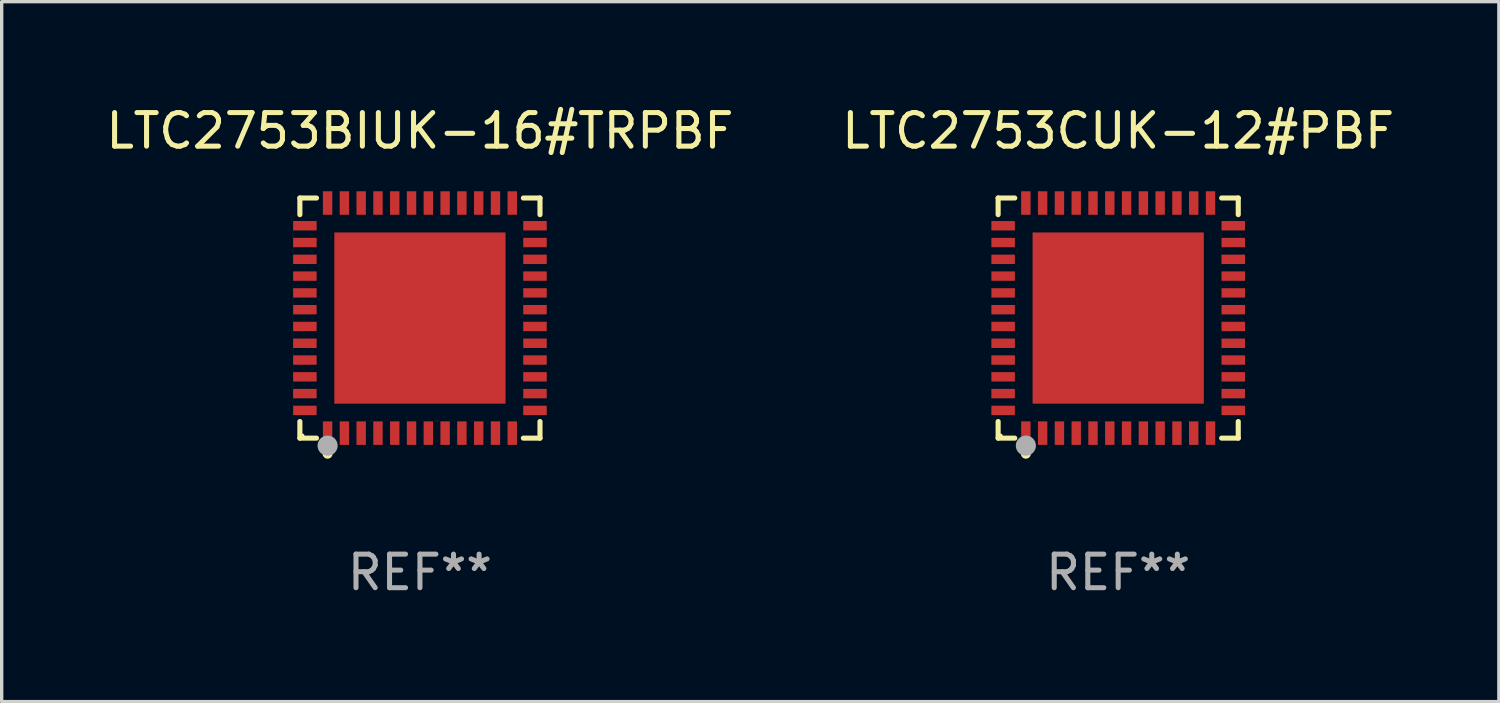
<source format=kicad_pcb>
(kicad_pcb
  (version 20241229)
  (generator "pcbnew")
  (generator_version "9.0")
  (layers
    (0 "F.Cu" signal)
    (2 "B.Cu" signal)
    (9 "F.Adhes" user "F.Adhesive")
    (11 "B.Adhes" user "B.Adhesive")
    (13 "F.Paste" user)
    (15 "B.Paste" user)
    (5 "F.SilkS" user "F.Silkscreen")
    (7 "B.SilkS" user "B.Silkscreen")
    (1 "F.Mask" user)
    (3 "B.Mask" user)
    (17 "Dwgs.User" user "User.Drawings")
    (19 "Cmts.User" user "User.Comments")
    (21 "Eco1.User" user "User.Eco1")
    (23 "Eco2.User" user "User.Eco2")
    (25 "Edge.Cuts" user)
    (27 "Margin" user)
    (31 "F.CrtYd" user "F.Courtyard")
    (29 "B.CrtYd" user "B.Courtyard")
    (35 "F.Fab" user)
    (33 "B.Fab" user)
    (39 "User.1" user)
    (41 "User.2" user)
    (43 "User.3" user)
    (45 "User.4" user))
  (footprint "LTC2753BIUK-16#TRPBF"
    (layer "F.Cu")
    (at 9.458 6.424)
    (property "Reference" "LTC2753BIUK-16#TRPBF" (at 0 -5.576 0) (layer "F.SilkS") (effects (font (size 1 1) (thickness 0.15))))
    (attr through_hole)
    (fp_line (start -3.576 -3.576) (end -3.081 -3.576) (stroke (width 0.152) (type solid)) (layer "F.SilkS"))
    (fp_line (start -3.576 -3.081) (end -3.576 -3.576) (stroke (width 0.152) (type solid)) (layer "F.SilkS"))
    (fp_line (start -3.576 3.081) (end -3.576 3.576) (stroke (width 0.152) (type solid)) (layer "F.SilkS"))
    (fp_line (start -3.576 3.576) (end -3.081 3.576) (stroke (width 0.152) (type solid)) (layer "F.SilkS"))
    (fp_line (start 3.576 -3.576) (end 3.081 -3.576) (stroke (width 0.152) (type solid)) (layer "F.SilkS"))
    (fp_line (start 3.576 -3.081) (end 3.576 -3.576) (stroke (width 0.152) (type solid)) (layer "F.SilkS"))
    (fp_line (start 3.576 3.081) (end 3.576 3.576) (stroke (width 0.152) (type solid)) (layer "F.SilkS"))
    (fp_line (start 3.576 3.576) (end 3.081 3.576) (stroke (width 0.152) (type solid)) (layer "F.SilkS"))
    (fp_circle (center -3.5 3.5) (end -3.47 3.5) (stroke (width 0.06) (type solid)) (fill no) (layer "F.SilkS"))
    (fp_circle (center -2.75 4.04) (end -2.675 4.04) (stroke (width 0.15) (type solid)) (fill no) (layer "F.SilkS"))
    (fp_circle (center -2.75 3.8) (end -2.6 3.8) (stroke (width 0.3) (type solid)) (fill no) (layer "F.Fab"))
    (fp_text user "REF**" (at 0 7.576 0) (layer "F.Fab") (effects (font (size 1 1) (thickness 0.15))))
    (pad "1" smd rect (at -2.75 3.427) (size 0.28 0.7) (layers "F.Cu" "F.Mask" "F.Paste"))
    (pad "2" smd rect (at -2.25 3.427) (size 0.28 0.7) (layers "F.Cu" "F.Mask" "F.Paste"))
    (pad "3" smd rect (at -1.75 3.427) (size 0.28 0.7) (layers "F.Cu" "F.Mask" "F.Paste"))
    (pad "4" smd rect (at -1.25 3.427) (size 0.28 0.7) (layers "F.Cu" "F.Mask" "F.Paste"))
    (pad "5" smd rect (at -0.75 3.427) (size 0.28 0.7) (layers "F.Cu" "F.Mask" "F.Paste"))
    (pad "6" smd rect (at -0.25 3.427) (size 0.28 0.7) (layers "F.Cu" "F.Mask" "F.Paste"))
    (pad "7" smd rect (at 0.25 3.427) (size 0.28 0.7) (layers "F.Cu" "F.Mask" "F.Paste"))
    (pad "8" smd rect (at 0.75 3.427) (size 0.28 0.7) (layers "F.Cu" "F.Mask" "F.Paste"))
    (pad "9" smd rect (at 1.25 3.427) (size 0.28 0.7) (layers "F.Cu" "F.Mask" "F.Paste"))
    (pad "10" smd rect (at 1.75 3.427) (size 0.28 0.7) (layers "F.Cu" "F.Mask" "F.Paste"))
    (pad "11" smd rect (at 2.25 3.427) (size 0.28 0.7) (layers "F.Cu" "F.Mask" "F.Paste"))
    (pad "12" smd rect (at 2.75 3.427) (size 0.28 0.7) (layers "F.Cu" "F.Mask" "F.Paste"))
    (pad "13" smd rect (at 3.427 2.75) (size 0.7 0.28) (layers "F.Cu" "F.Mask" "F.Paste"))
    (pad "14" smd rect (at 3.427 2.25) (size 0.7 0.28) (layers "F.Cu" "F.Mask" "F.Paste"))
    (pad "15" smd rect (at 3.427 1.75) (size 0.7 0.28) (layers "F.Cu" "F.Mask" "F.Paste"))
    (pad "16" smd rect (at 3.427 1.25) (size 0.7 0.28) (layers "F.Cu" "F.Mask" "F.Paste"))
    (pad "17" smd rect (at 3.427 0.75) (size 0.7 0.28) (layers "F.Cu" "F.Mask" "F.Paste"))
    (pad "18" smd rect (at 3.427 0.25) (size 0.7 0.28) (layers "F.Cu" "F.Mask" "F.Paste"))
    (pad "19" smd rect (at 3.427 -0.25) (size 0.7 0.28) (layers "F.Cu" "F.Mask" "F.Paste"))
    (pad "20" smd rect (at 3.427 -0.75) (size 0.7 0.28) (layers "F.Cu" "F.Mask" "F.Paste"))
    (pad "21" smd rect (at 3.427 -1.25) (size 0.7 0.28) (layers "F.Cu" "F.Mask" "F.Paste"))
    (pad "22" smd rect (at 3.427 -1.75) (size 0.7 0.28) (layers "F.Cu" "F.Mask" "F.Paste"))
    (pad "23" smd rect (at 3.427 -2.25) (size 0.7 0.28) (layers "F.Cu" "F.Mask" "F.Paste"))
    (pad "24" smd rect (at 3.427 -2.75) (size 0.7 0.28) (layers "F.Cu" "F.Mask" "F.Paste"))
    (pad "25" smd rect (at 2.75 -3.427) (size 0.28 0.7) (layers "F.Cu" "F.Mask" "F.Paste"))
    (pad "26" smd rect (at 2.25 -3.427) (size 0.28 0.7) (layers "F.Cu" "F.Mask" "F.Paste"))
    (pad "27" smd rect (at 1.75 -3.427) (size 0.28 0.7) (layers "F.Cu" "F.Mask" "F.Paste"))
    (pad "28" smd rect (at 1.25 -3.427) (size 0.28 0.7) (layers "F.Cu" "F.Mask" "F.Paste"))
    (pad "29" smd rect (at 0.75 -3.427) (size 0.28 0.7) (layers "F.Cu" "F.Mask" "F.Paste"))
    (pad "30" smd rect (at 0.25 -3.427) (size 0.28 0.7) (layers "F.Cu" "F.Mask" "F.Paste"))
    (pad "31" smd rect (at -0.25 -3.427) (size 0.28 0.7) (layers "F.Cu" "F.Mask" "F.Paste"))
    (pad "32" smd rect (at -0.75 -3.427) (size 0.28 0.7) (layers "F.Cu" "F.Mask" "F.Paste"))
    (pad "33" smd rect (at -1.25 -3.427) (size 0.28 0.7) (layers "F.Cu" "F.Mask" "F.Paste"))
    (pad "34" smd rect (at -1.75 -3.427) (size 0.28 0.7) (layers "F.Cu" "F.Mask" "F.Paste"))
    (pad "35" smd rect (at -2.25 -3.427) (size 0.28 0.7) (layers "F.Cu" "F.Mask" "F.Paste"))
    (pad "36" smd rect (at -2.75 -3.427) (size 0.28 0.7) (layers "F.Cu" "F.Mask" "F.Paste"))
    (pad "37" smd rect (at -3.427 -2.75) (size 0.7 0.28) (layers "F.Cu" "F.Mask" "F.Paste"))
    (pad "38" smd rect (at -3.427 -2.25) (size 0.7 0.28) (layers "F.Cu" "F.Mask" "F.Paste"))
    (pad "39" smd rect (at -3.427 -1.75) (size 0.7 0.28) (layers "F.Cu" "F.Mask" "F.Paste"))
    (pad "40" smd rect (at -3.427 -1.25) (size 0.7 0.28) (layers "F.Cu" "F.Mask" "F.Paste"))
    (pad "41" smd rect (at -3.427 -0.75) (size 0.7 0.28) (layers "F.Cu" "F.Mask" "F.Paste"))
    (pad "42" smd rect (at -3.427 -0.25) (size 0.7 0.28) (layers "F.Cu" "F.Mask" "F.Paste"))
    (pad "43" smd rect (at -3.427 0.25) (size 0.7 0.28) (layers "F.Cu" "F.Mask" "F.Paste"))
    (pad "44" smd rect (at -3.427 0.75) (size 0.7 0.28) (layers "F.Cu" "F.Mask" "F.Paste"))
    (pad "45" smd rect (at -3.427 1.25) (size 0.7 0.28) (layers "F.Cu" "F.Mask" "F.Paste"))
    (pad "46" smd rect (at -3.427 1.75) (size 0.7 0.28) (layers "F.Cu" "F.Mask" "F.Paste"))
    (pad "47" smd rect (at -3.427 2.25) (size 0.7 0.28) (layers "F.Cu" "F.Mask" "F.Paste"))
    (pad "48" smd rect (at -3.427 2.75) (size 0.7 0.28) (layers "F.Cu" "F.Mask" "F.Paste"))
    (pad "49" smd rect (at 0 0) (size 5.1 5.1) (layers "F.Cu" "F.Mask" "F.Paste")))
  (footprint "LTC2753CUK-12#PBF"
    (layer "F.Cu")
    (at 30.256 6.424)
    (property "Reference" "LTC2753CUK-12#PBF" (at 0 -5.576 0) (layer "F.SilkS") (effects (font (size 1 1) (thickness 0.15))))
    (attr through_hole)
    (fp_line (start -3.576 -3.576) (end -3.081 -3.576) (stroke (width 0.152) (type solid)) (layer "F.SilkS"))
    (fp_line (start -3.576 -3.081) (end -3.576 -3.576) (stroke (width 0.152) (type solid)) (layer "F.SilkS"))
    (fp_line (start -3.576 3.081) (end -3.576 3.576) (stroke (width 0.152) (type solid)) (layer "F.SilkS"))
    (fp_line (start -3.576 3.576) (end -3.081 3.576) (stroke (width 0.152) (type solid)) (layer "F.SilkS"))
    (fp_line (start 3.576 -3.576) (end 3.081 -3.576) (stroke (width 0.152) (type solid)) (layer "F.SilkS"))
    (fp_line (start 3.576 -3.081) (end 3.576 -3.576) (stroke (width 0.152) (type solid)) (layer "F.SilkS"))
    (fp_line (start 3.576 3.081) (end 3.576 3.576) (stroke (width 0.152) (type solid)) (layer "F.SilkS"))
    (fp_line (start 3.576 3.576) (end 3.081 3.576) (stroke (width 0.152) (type solid)) (layer "F.SilkS"))
    (fp_circle (center -3.5 3.5) (end -3.47 3.5) (stroke (width 0.06) (type solid)) (fill no) (layer "F.SilkS"))
    (fp_circle (center -2.75 4.04) (end -2.675 4.04) (stroke (width 0.15) (type solid)) (fill no) (layer "F.SilkS"))
    (fp_circle (center -2.75 3.8) (end -2.6 3.8) (stroke (width 0.3) (type solid)) (fill no) (layer "F.Fab"))
    (fp_text user "REF**" (at 0 7.576 0) (layer "F.Fab") (effects (font (size 1 1) (thickness 0.15))))
    (pad "1" smd rect (at -2.75 3.427) (size 0.28 0.7) (layers "F.Cu" "F.Mask" "F.Paste"))
    (pad "2" smd rect (at -2.25 3.427) (size 0.28 0.7) (layers "F.Cu" "F.Mask" "F.Paste"))
    (pad "3" smd rect (at -1.75 3.427) (size 0.28 0.7) (layers "F.Cu" "F.Mask" "F.Paste"))
    (pad "4" smd rect (at -1.25 3.427) (size 0.28 0.7) (layers "F.Cu" "F.Mask" "F.Paste"))
    (pad "5" smd rect (at -0.75 3.427) (size 0.28 0.7) (layers "F.Cu" "F.Mask" "F.Paste"))
    (pad "6" smd rect (at -0.25 3.427) (size 0.28 0.7) (layers "F.Cu" "F.Mask" "F.Paste"))
    (pad "7" smd rect (at 0.25 3.427) (size 0.28 0.7) (layers "F.Cu" "F.Mask" "F.Paste"))
    (pad "8" smd rect (at 0.75 3.427) (size 0.28 0.7) (layers "F.Cu" "F.Mask" "F.Paste"))
    (pad "9" smd rect (at 1.25 3.427) (size 0.28 0.7) (layers "F.Cu" "F.Mask" "F.Paste"))
    (pad "10" smd rect (at 1.75 3.427) (size 0.28 0.7) (layers "F.Cu" "F.Mask" "F.Paste"))
    (pad "11" smd rect (at 2.25 3.427) (size 0.28 0.7) (layers "F.Cu" "F.Mask" "F.Paste"))
    (pad "12" smd rect (at 2.75 3.427) (size 0.28 0.7) (layers "F.Cu" "F.Mask" "F.Paste"))
    (pad "13" smd rect (at 3.427 2.75) (size 0.7 0.28) (layers "F.Cu" "F.Mask" "F.Paste"))
    (pad "14" smd rect (at 3.427 2.25) (size 0.7 0.28) (layers "F.Cu" "F.Mask" "F.Paste"))
    (pad "15" smd rect (at 3.427 1.75) (size 0.7 0.28) (layers "F.Cu" "F.Mask" "F.Paste"))
    (pad "16" smd rect (at 3.427 1.25) (size 0.7 0.28) (layers "F.Cu" "F.Mask" "F.Paste"))
    (pad "17" smd rect (at 3.427 0.75) (size 0.7 0.28) (layers "F.Cu" "F.Mask" "F.Paste"))
    (pad "18" smd rect (at 3.427 0.25) (size 0.7 0.28) (layers "F.Cu" "F.Mask" "F.Paste"))
    (pad "19" smd rect (at 3.427 -0.25) (size 0.7 0.28) (layers "F.Cu" "F.Mask" "F.Paste"))
    (pad "20" smd rect (at 3.427 -0.75) (size 0.7 0.28) (layers "F.Cu" "F.Mask" "F.Paste"))
    (pad "21" smd rect (at 3.427 -1.25) (size 0.7 0.28) (layers "F.Cu" "F.Mask" "F.Paste"))
    (pad "22" smd rect (at 3.427 -1.75) (size 0.7 0.28) (layers "F.Cu" "F.Mask" "F.Paste"))
    (pad "23" smd rect (at 3.427 -2.25) (size 0.7 0.28) (layers "F.Cu" "F.Mask" "F.Paste"))
    (pad "24" smd rect (at 3.427 -2.75) (size 0.7 0.28) (layers "F.Cu" "F.Mask" "F.Paste"))
    (pad "25" smd rect (at 2.75 -3.427) (size 0.28 0.7) (layers "F.Cu" "F.Mask" "F.Paste"))
    (pad "26" smd rect (at 2.25 -3.427) (size 0.28 0.7) (layers "F.Cu" "F.Mask" "F.Paste"))
    (pad "27" smd rect (at 1.75 -3.427) (size 0.28 0.7) (layers "F.Cu" "F.Mask" "F.Paste"))
    (pad "28" smd rect (at 1.25 -3.427) (size 0.28 0.7) (layers "F.Cu" "F.Mask" "F.Paste"))
    (pad "29" smd rect (at 0.75 -3.427) (size 0.28 0.7) (layers "F.Cu" "F.Mask" "F.Paste"))
    (pad "30" smd rect (at 0.25 -3.427) (size 0.28 0.7) (layers "F.Cu" "F.Mask" "F.Paste"))
    (pad "31" smd rect (at -0.25 -3.427) (size 0.28 0.7) (layers "F.Cu" "F.Mask" "F.Paste"))
    (pad "32" smd rect (at -0.75 -3.427) (size 0.28 0.7) (layers "F.Cu" "F.Mask" "F.Paste"))
    (pad "33" smd rect (at -1.25 -3.427) (size 0.28 0.7) (layers "F.Cu" "F.Mask" "F.Paste"))
    (pad "34" smd rect (at -1.75 -3.427) (size 0.28 0.7) (layers "F.Cu" "F.Mask" "F.Paste"))
    (pad "35" smd rect (at -2.25 -3.427) (size 0.28 0.7) (layers "F.Cu" "F.Mask" "F.Paste"))
    (pad "36" smd rect (at -2.75 -3.427) (size 0.28 0.7) (layers "F.Cu" "F.Mask" "F.Paste"))
    (pad "37" smd rect (at -3.427 -2.75) (size 0.7 0.28) (layers "F.Cu" "F.Mask" "F.Paste"))
    (pad "38" smd rect (at -3.427 -2.25) (size 0.7 0.28) (layers "F.Cu" "F.Mask" "F.Paste"))
    (pad "39" smd rect (at -3.427 -1.75) (size 0.7 0.28) (layers "F.Cu" "F.Mask" "F.Paste"))
    (pad "40" smd rect (at -3.427 -1.25) (size 0.7 0.28) (layers "F.Cu" "F.Mask" "F.Paste"))
    (pad "41" smd rect (at -3.427 -0.75) (size 0.7 0.28) (layers "F.Cu" "F.Mask" "F.Paste"))
    (pad "42" smd rect (at -3.427 -0.25) (size 0.7 0.28) (layers "F.Cu" "F.Mask" "F.Paste"))
    (pad "43" smd rect (at -3.427 0.25) (size 0.7 0.28) (layers "F.Cu" "F.Mask" "F.Paste"))
    (pad "44" smd rect (at -3.427 0.75) (size 0.7 0.28) (layers "F.Cu" "F.Mask" "F.Paste"))
    (pad "45" smd rect (at -3.427 1.25) (size 0.7 0.28) (layers "F.Cu" "F.Mask" "F.Paste"))
    (pad "46" smd rect (at -3.427 1.75) (size 0.7 0.28) (layers "F.Cu" "F.Mask" "F.Paste"))
    (pad "47" smd rect (at -3.427 2.25) (size 0.7 0.28) (layers "F.Cu" "F.Mask" "F.Paste"))
    (pad "48" smd rect (at -3.427 2.75) (size 0.7 0.28) (layers "F.Cu" "F.Mask" "F.Paste"))
    (pad "49" smd rect (at 0 0) (size 5.1 5.1) (layers "F.Cu" "F.Mask" "F.Paste")))
  (gr_rect
    (start -3 -3)
    (end 41.595 17.849)
    (stroke (width 0.1) (type default))
    (fill no)
    (layer "Edge.Cuts")))
</source>
